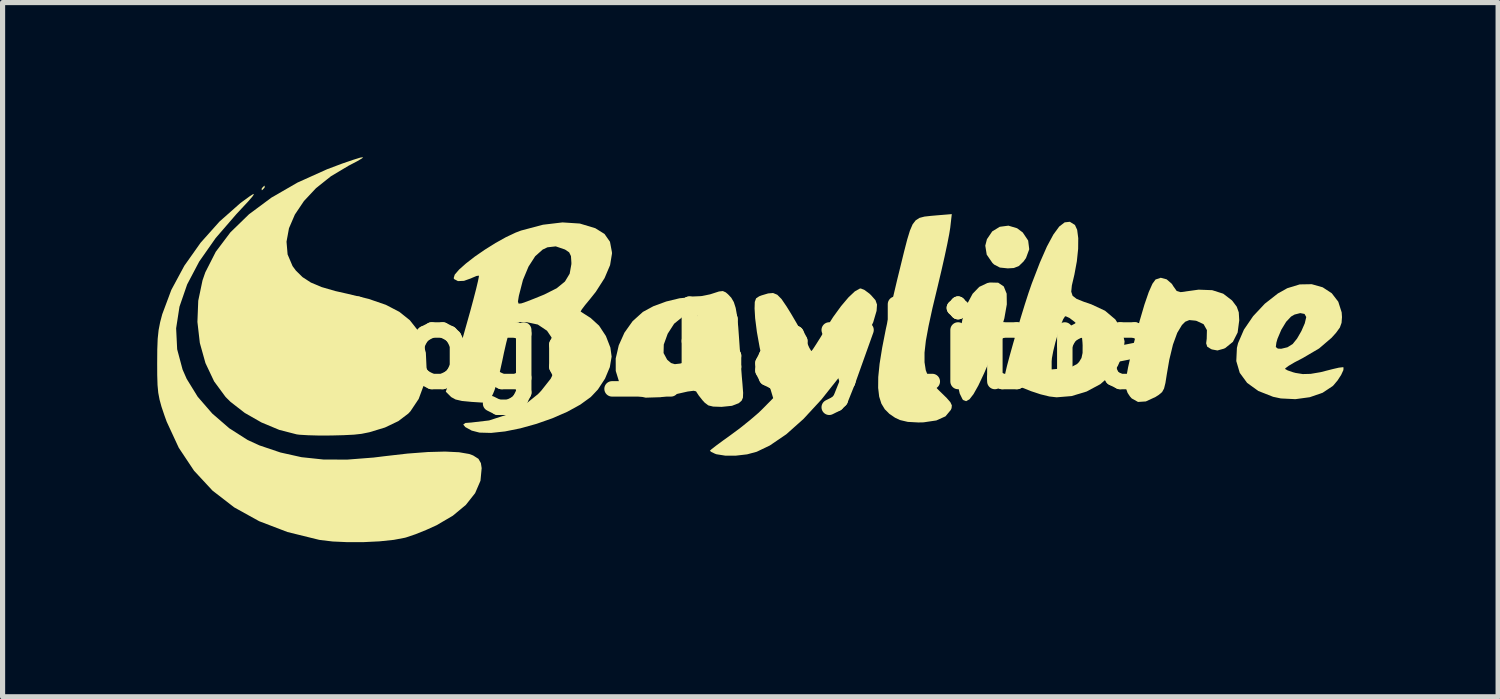
<source format=kicad_pcb>
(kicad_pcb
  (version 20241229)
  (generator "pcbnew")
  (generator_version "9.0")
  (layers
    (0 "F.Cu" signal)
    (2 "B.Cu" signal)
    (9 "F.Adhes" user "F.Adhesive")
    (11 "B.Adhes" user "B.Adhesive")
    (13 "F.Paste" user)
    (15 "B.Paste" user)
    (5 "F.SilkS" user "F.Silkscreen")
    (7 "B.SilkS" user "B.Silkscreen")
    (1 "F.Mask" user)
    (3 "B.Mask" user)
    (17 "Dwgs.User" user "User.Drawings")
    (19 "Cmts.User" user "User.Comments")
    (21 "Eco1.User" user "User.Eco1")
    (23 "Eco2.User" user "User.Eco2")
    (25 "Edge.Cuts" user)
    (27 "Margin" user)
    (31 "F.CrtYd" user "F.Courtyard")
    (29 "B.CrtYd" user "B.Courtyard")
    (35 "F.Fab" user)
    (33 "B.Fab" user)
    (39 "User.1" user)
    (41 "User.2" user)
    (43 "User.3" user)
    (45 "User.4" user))
  (footprint "Logo_BayLibre"
    (layer "F.Cu")
    (at 11.506 3.675)
    (property "Reference" "Logo_BayLibre" (at 0 0 0) (layer "F.SilkS") (effects (font (size 1.5 1.5) (thickness 0.3))))
    (attr board_only exclude_from_pos_files exclude_from_bom allow_missing_courtyard)
    (fp_poly (pts (xy -9.419 -3.093) (xy -9.427 -3.077) (xy -9.468 -3.036) (xy -9.476 -3.034) (xy -9.479 -3.062) (xy -9.471 -3.077) (xy -9.43 -3.119) (xy -9.422 -3.121)) (stroke (width 0) (type solid)) (fill yes) (layer "F.SilkS"))
    (fp_poly (pts (xy 5.181 -2.296) (xy 5.291 -2.214) (xy 5.396 -2.057) (xy 5.417 -1.888) (xy 5.354 -1.717) (xy 5.306 -1.65) (xy 5.216 -1.563) (xy 5.118 -1.524) (xy 5 -1.517) (xy 4.847 -1.533) (xy 4.736 -1.591) (xy 4.703 -1.622) (xy 4.592 -1.783) (xy 4.564 -1.958) (xy 4.596 -2.083) (xy 4.699 -2.235) (xy 4.845 -2.324) (xy 5.013 -2.346)) (stroke (width 0) (type solid)) (fill yes) (layer "F.SilkS"))
    (fp_poly (pts (xy 4.815 -1.239) (xy 4.923 -1.166) (xy 4.979 -1.026) (xy 4.982 -0.819) (xy 4.934 -0.547) (xy 4.834 -0.21) (xy 4.682 0.19) (xy 4.678 0.2) (xy 4.542 0.517) (xy 4.429 0.757) (xy 4.335 0.924) (xy 4.258 1.023) (xy 4.193 1.06) (xy 4.137 1.039) (xy 4.123 1.025) (xy 4.068 0.912) (xy 4.028 0.738) (xy 4.006 0.524) (xy 4.006 0.295) (xy 4.011 0.217) (xy 4.06 -0.209) (xy 4.126 -0.554) (xy 4.211 -0.824) (xy 4.318 -1.024) (xy 4.447 -1.158) (xy 4.603 -1.232) (xy 4.655 -1.243)) (stroke (width 0) (type solid)) (fill yes) (layer "F.SilkS"))
    (fp_poly (pts (xy 3.884 -2.306) (xy 3.864 -2.182) (xy 3.827 -1.992) (xy 3.776 -1.753) (xy 3.715 -1.483) (xy 3.648 -1.2) (xy 3.639 -1.162) (xy 3.538 -0.742) (xy 3.463 -0.396) (xy 3.411 -0.113) (xy 3.385 0.118) (xy 3.385 0.305) (xy 3.409 0.459) (xy 3.46 0.59) (xy 3.536 0.709) (xy 3.638 0.825) (xy 3.689 0.875) (xy 3.815 0.998) (xy 3.887 1.081) (xy 3.915 1.141) (xy 3.91 1.195) (xy 3.895 1.23) (xy 3.792 1.354) (xy 3.615 1.434) (xy 3.365 1.471) (xy 3.266 1.473) (xy 3.06 1.462) (xy 2.908 1.426) (xy 2.813 1.381) (xy 2.703 1.306) (xy 2.614 1.217) (xy 2.548 1.108) (xy 2.505 0.972) (xy 2.485 0.802) (xy 2.487 0.592) (xy 2.513 0.335) (xy 2.563 0.024) (xy 2.636 -0.348) (xy 2.734 -0.786) (xy 2.855 -1.299) (xy 2.912 -1.531) (xy 2.988 -1.841) (xy 3.049 -2.077) (xy 3.102 -2.251) (xy 3.154 -2.372) (xy 3.214 -2.45) (xy 3.288 -2.497) (xy 3.384 -2.522) (xy 3.51 -2.536) (xy 3.636 -2.547) (xy 3.914 -2.57)) (stroke (width 0) (type solid)) (fill yes) (layer "F.SilkS"))
    (fp_poly (pts (xy 8.084 -1.304) (xy 8.185 -1.216) (xy 8.214 -1.169) (xy 8.279 -1.078) (xy 8.354 -1.056) (xy 8.378 -1.059) (xy 8.703 -1.104) (xy 8.968 -1.094) (xy 9.181 -1.026) (xy 9.347 -0.899) (xy 9.361 -0.884) (xy 9.444 -0.773) (xy 9.483 -0.664) (xy 9.492 -0.512) (xy 9.492 -0.508) (xy 9.461 -0.272) (xy 9.369 -0.091) (xy 9.221 0.029) (xy 9.192 0.042) (xy 9.069 0.076) (xy 8.962 0.056) (xy 8.944 0.048) (xy 8.871 0.003) (xy 8.85 -0.063) (xy 8.861 -0.152) (xy 8.865 -0.319) (xy 8.801 -0.433) (xy 8.666 -0.497) (xy 8.639 -0.503) (xy 8.523 -0.514) (xy 8.443 -0.481) (xy 8.38 -0.417) (xy 8.289 -0.266) (xy 8.206 -0.038) (xy 8.135 0.256) (xy 8.087 0.535) (xy 8.06 0.706) (xy 8.033 0.815) (xy 7.995 0.884) (xy 7.932 0.937) (xy 7.866 0.979) (xy 7.68 1.065) (xy 7.528 1.075) (xy 7.406 1.007) (xy 7.372 0.969) (xy 7.326 0.9) (xy 7.298 0.821) (xy 7.29 0.721) (xy 7.302 0.586) (xy 7.335 0.404) (xy 7.39 0.161) (xy 7.452 -0.087) (xy 7.558 -0.493) (xy 7.653 -0.816) (xy 7.736 -1.057) (xy 7.808 -1.219) (xy 7.868 -1.301) (xy 7.969 -1.335)) (stroke (width 0) (type solid)) (fill yes) (layer "F.SilkS"))
    (fp_poly (pts (xy -7.53 -3.652) (xy -7.627 -3.595) (xy -7.799 -3.505) (xy -7.8 -3.504) (xy -8.136 -3.303) (xy -8.424 -3.073) (xy -8.658 -2.823) (xy -8.834 -2.561) (xy -8.948 -2.296) (xy -8.996 -2.035) (xy -8.975 -1.788) (xy -8.879 -1.562) (xy -8.815 -1.475) (xy -8.685 -1.347) (xy -8.523 -1.242) (xy -8.314 -1.154) (xy -8.044 -1.076) (xy -7.809 -1.023) (xy -7.4 -0.924) (xy -7.069 -0.81) (xy -6.807 -0.674) (xy -6.604 -0.512) (xy -6.452 -0.319) (xy -6.371 -0.162) (xy -6.292 0.12) (xy -6.278 0.426) (xy -6.326 0.732) (xy -6.431 1.016) (xy -6.591 1.256) (xy -6.632 1.3) (xy -6.826 1.447) (xy -7.085 1.571) (xy -7.388 1.663) (xy -7.542 1.694) (xy -7.688 1.71) (xy -7.892 1.72) (xy -8.126 1.726) (xy -8.364 1.727) (xy -8.58 1.721) (xy -8.747 1.711) (xy -8.799 1.704) (xy -9.137 1.617) (xy -9.482 1.473) (xy -9.806 1.288) (xy -10.082 1.074) (xy -10.178 0.979) (xy -10.401 0.676) (xy -10.569 0.321) (xy -10.678 -0.069) (xy -10.725 -0.478) (xy -10.709 -0.889) (xy -10.626 -1.285) (xy -10.572 -1.44) (xy -10.369 -1.839) (xy -10.085 -2.216) (xy -9.724 -2.567) (xy -9.289 -2.89) (xy -8.783 -3.182) (xy -8.21 -3.44) (xy -7.918 -3.55) (xy -7.702 -3.624) (xy -7.567 -3.666) (xy -7.51 -3.675)) (stroke (width 0) (type solid)) (fill yes) (layer "F.SilkS"))
    (fp_poly (pts (xy 2.22 -1.098) (xy 2.317 -1.026) (xy 2.349 -0.995) (xy 2.433 -0.9) (xy 2.463 -0.815) (xy 2.455 -0.697) (xy 2.452 -0.684) (xy 2.389 -0.47) (xy 2.261 -0.203) (xy 2.068 0.116) (xy 1.812 0.484) (xy 1.751 0.566) (xy 1.385 1.027) (xy 1.036 1.405) (xy 0.703 1.702) (xy 0.383 1.92) (xy 0.128 2.042) (xy -0.058 2.092) (xy -0.274 2.117) (xy -0.483 2.117) (xy -0.653 2.09) (xy -0.683 2.079) (xy -0.757 2.043) (xy -0.78 2.021) (xy -0.747 1.991) (xy -0.657 1.921) (xy -0.524 1.823) (xy -0.379 1.719) (xy -0.189 1.578) (xy -0.001 1.427) (xy 0.16 1.289) (xy 0.235 1.217) (xy 0.448 1.001) (xy 0.334 0.62) (xy 0.255 0.327) (xy 0.186 0.018) (xy 0.132 -0.283) (xy 0.098 -0.549) (xy 0.087 -0.738) (xy 0.091 -0.866) (xy 0.116 -0.935) (xy 0.176 -0.975) (xy 0.223 -0.993) (xy 0.35 -1.031) (xy 0.446 -1.039) (xy 0.528 -1.005) (xy 0.61 -0.922) (xy 0.708 -0.778) (xy 0.794 -0.639) (xy 0.902 -0.455) (xy 1 -0.28) (xy 1.074 -0.139) (xy 1.104 -0.076) (xy 1.15 0.026) (xy 1.184 0.082) (xy 1.191 0.087) (xy 1.219 0.052) (xy 1.281 -0.043) (xy 1.369 -0.183) (xy 1.461 -0.336) (xy 1.613 -0.575) (xy 1.766 -0.785) (xy 1.909 -0.954) (xy 2.033 -1.071) (xy 2.129 -1.125) (xy 2.148 -1.127)) (stroke (width 0) (type solid)) (fill yes) (layer "F.SilkS"))
    (fp_poly (pts (xy 11.111 -1.15) (xy 11.287 -1.035) (xy 11.414 -0.87) (xy 11.48 -0.663) (xy 11.486 -0.572) (xy 11.478 -0.461) (xy 11.445 -0.369) (xy 11.372 -0.268) (xy 11.284 -0.17) (xy 11.042 0.037) (xy 10.722 0.225) (xy 10.568 0.305) (xy 10.451 0.374) (xy 10.388 0.421) (xy 10.382 0.435) (xy 10.432 0.463) (xy 10.537 0.499) (xy 10.586 0.512) (xy 10.725 0.534) (xy 10.878 0.53) (xy 11.067 0.498) (xy 11.307 0.437) (xy 11.424 0.41) (xy 11.501 0.401) (xy 11.516 0.405) (xy 11.513 0.457) (xy 11.47 0.55) (xy 11.401 0.657) (xy 11.32 0.753) (xy 11.306 0.767) (xy 11.11 0.897) (xy 10.861 0.983) (xy 10.582 1.021) (xy 10.299 1.007) (xy 10.149 0.975) (xy 9.862 0.862) (xy 9.645 0.705) (xy 9.502 0.51) (xy 9.435 0.282) (xy 9.447 0.025) (xy 9.451 0.009) (xy 10.202 0.009) (xy 10.241 0.04) (xy 10.307 0.043) (xy 10.428 0.014) (xy 10.53 -0.05) (xy 10.615 -0.156) (xy 10.699 -0.302) (xy 10.764 -0.451) (xy 10.792 -0.57) (xy 10.792 -0.574) (xy 10.759 -0.633) (xy 10.676 -0.649) (xy 10.566 -0.621) (xy 10.498 -0.582) (xy 10.403 -0.481) (xy 10.309 -0.327) (xy 10.234 -0.15) (xy 10.213 -0.076) (xy 10.202 0.009) (xy 9.451 0.009) (xy 9.469 -0.065) (xy 9.583 -0.328) (xy 9.762 -0.59) (xy 9.988 -0.831) (xy 10.242 -1.03) (xy 10.424 -1.132) (xy 10.666 -1.206) (xy 10.899 -1.21)) (stroke (width 0) (type solid)) (fill yes) (layer "F.SilkS"))
    (fp_poly (pts (xy 6.3 -2.362) (xy 6.304 -2.359) (xy 6.347 -2.265) (xy 6.368 -2.104) (xy 6.366 -1.895) (xy 6.341 -1.655) (xy 6.294 -1.4) (xy 6.286 -1.365) (xy 6.244 -1.186) (xy 6.232 -1.065) (xy 6.259 -0.984) (xy 6.338 -0.924) (xy 6.479 -0.868) (xy 6.62 -0.82) (xy 6.888 -0.695) (xy 7.088 -0.526) (xy 7.215 -0.325) (xy 7.267 -0.1) (xy 7.241 0.138) (xy 7.134 0.38) (xy 7.015 0.54) (xy 6.797 0.73) (xy 6.53 0.873) (xy 6.239 0.961) (xy 5.948 0.985) (xy 5.808 0.969) (xy 5.637 0.927) (xy 5.452 0.866) (xy 5.272 0.794) (xy 5.114 0.719) (xy 4.999 0.65) (xy 4.944 0.595) (xy 4.941 0.585) (xy 4.954 0.509) (xy 4.969 0.444) (xy 5.852 0.444) (xy 6.076 0.423) (xy 6.239 0.394) (xy 6.344 0.34) (xy 6.384 0.299) (xy 6.431 0.222) (xy 6.452 0.124) (xy 6.453 -0.022) (xy 6.45 -0.081) (xy 6.435 -0.24) (xy 6.407 -0.344) (xy 6.355 -0.422) (xy 6.291 -0.484) (xy 6.197 -0.555) (xy 6.127 -0.587) (xy 6.111 -0.585) (xy 6.075 -0.529) (xy 6.027 -0.411) (xy 5.975 -0.253) (xy 5.924 -0.08) (xy 5.883 0.088) (xy 5.857 0.226) (xy 5.852 0.289) (xy 5.852 0.444) (xy 4.969 0.444) (xy 4.988 0.365) (xy 5.04 0.17) (xy 5.105 -0.062) (xy 5.178 -0.313) (xy 5.255 -0.57) (xy 5.331 -0.817) (xy 5.402 -1.037) (xy 5.464 -1.216) (xy 5.471 -1.235) (xy 5.623 -1.629) (xy 5.76 -1.941) (xy 5.885 -2.173) (xy 5.999 -2.329) (xy 6.105 -2.41) (xy 6.205 -2.421)) (stroke (width 0) (type solid)) (fill yes) (layer "F.SilkS"))
    (fp_poly (pts (xy -9.656 -2.913) (xy -9.736 -2.82) (xy -9.873 -2.673) (xy -9.969 -2.57) (xy -10.371 -2.105) (xy -10.69 -1.65) (xy -10.924 -1.206) (xy -11.073 -0.774) (xy -11.138 -0.354) (xy -11.118 0.053) (xy -11.013 0.446) (xy -10.933 0.628) (xy -10.719 0.975) (xy -10.437 1.3) (xy -10.108 1.585) (xy -9.751 1.813) (xy -9.522 1.918) (xy -9.113 2.056) (xy -8.705 2.147) (xy -8.28 2.192) (xy -7.819 2.194) (xy -7.306 2.154) (xy -7.095 2.128) (xy -6.65 2.077) (xy -6.255 2.047) (xy -5.919 2.038) (xy -5.648 2.051) (xy -5.45 2.085) (xy -5.375 2.113) (xy -5.271 2.179) (xy -5.224 2.262) (xy -5.209 2.359) (xy -5.232 2.604) (xy -5.336 2.845) (xy -5.516 3.073) (xy -5.769 3.283) (xy -6.088 3.47) (xy -6.089 3.47) (xy -6.286 3.559) (xy -6.492 3.642) (xy -6.669 3.702) (xy -6.697 3.71) (xy -6.913 3.751) (xy -7.189 3.78) (xy -7.496 3.795) (xy -7.809 3.796) (xy -8.1 3.783) (xy -8.343 3.754) (xy -8.366 3.75) (xy -8.978 3.599) (xy -9.527 3.389) (xy -10.011 3.121) (xy -10.433 2.795) (xy -10.791 2.409) (xy -11.087 1.964) (xy -11.321 1.459) (xy -11.365 1.337) (xy -11.422 1.168) (xy -11.46 1.029) (xy -11.485 0.897) (xy -11.499 0.747) (xy -11.505 0.557) (xy -11.506 0.325) (xy -11.504 0.056) (xy -11.496 -0.151) (xy -11.478 -0.32) (xy -11.448 -0.474) (xy -11.408 -0.626) (xy -11.231 -1.1) (xy -10.979 -1.568) (xy -10.663 -2.015) (xy -10.296 -2.426) (xy -9.889 -2.786) (xy -9.709 -2.917) (xy -9.646 -2.957) (xy -9.627 -2.957)) (stroke (width 0) (type solid)) (fill yes) (layer "F.SilkS"))
    (fp_poly (pts (xy -0.473 -1.052) (xy -0.43 -1.016) (xy -0.365 -0.947) (xy -0.316 -0.863) (xy -0.28 -0.751) (xy -0.252 -0.595) (xy -0.23 -0.38) (xy -0.212 -0.13) (xy -0.195 0.118) (xy -0.177 0.364) (xy -0.161 0.58) (xy -0.147 0.738) (xy -0.147 0.742) (xy -0.135 0.898) (xy -0.139 0.993) (xy -0.164 1.05) (xy -0.215 1.095) (xy -0.222 1.1) (xy -0.352 1.15) (xy -0.548 1.17) (xy -0.569 1.17) (xy -0.717 1.165) (xy -0.811 1.142) (xy -0.882 1.088) (xy -0.924 1.042) (xy -0.998 0.948) (xy -1.043 0.879) (xy -1.047 0.87) (xy -1.095 0.858) (xy -1.212 0.873) (xy -1.384 0.912) (xy -1.735 0.983) (xy -2.026 0.992) (xy -2.259 0.941) (xy -2.435 0.828) (xy -2.542 0.685) (xy -2.607 0.473) (xy -2.608 0.231) (xy -2.583 0.126) (xy -1.679 0.126) (xy -1.61 0.254) (xy -1.604 0.26) (xy -1.533 0.32) (xy -1.461 0.342) (xy -1.357 0.33) (xy -1.246 0.301) (xy -1.14 0.264) (xy -1.094 0.212) (xy -1.084 0.112) (xy -1.084 0.091) (xy -1.079 -0.046) (xy -1.067 -0.221) (xy -1.056 -0.34) (xy -1.028 -0.607) (xy -1.158 -0.607) (xy -1.324 -0.565) (xy -1.474 -0.443) (xy -1.6 -0.247) (xy -1.6 -0.246) (xy -1.675 -0.039) (xy -1.679 0.126) (xy -2.583 0.126) (xy -2.549 -0.023) (xy -2.438 -0.27) (xy -2.28 -0.492) (xy -2.083 -0.67) (xy -2.081 -0.672) (xy -1.878 -0.782) (xy -1.628 -0.874) (xy -1.368 -0.937) (xy -1.149 -0.958) (xy -0.967 -0.974) (xy -0.777 -1.013) (xy -0.727 -1.029) (xy -0.603 -1.069) (xy -0.529 -1.077)) (stroke (width 0) (type solid)) (fill yes) (layer "F.SilkS"))
    (fp_poly (pts (xy -3.304 -2.387) (xy -3.005 -2.297) (xy -2.825 -2.185) (xy -2.719 -2.033) (xy -2.681 -1.831) (xy -2.68 -1.804) (xy -2.717 -1.58) (xy -2.824 -1.328) (xy -2.994 -1.062) (xy -3.107 -0.92) (xy -3.202 -0.805) (xy -3.267 -0.719) (xy -3.289 -0.679) (xy -3.288 -0.679) (xy -3.246 -0.651) (xy -3.155 -0.593) (xy -3.094 -0.554) (xy -2.931 -0.406) (xy -2.798 -0.204) (xy -2.711 0.02) (xy -2.687 0.195) (xy -2.722 0.4) (xy -2.815 0.622) (xy -2.953 0.833) (xy -3.092 0.98) (xy -3.295 1.127) (xy -3.548 1.266) (xy -3.837 1.392) (xy -4.145 1.5) (xy -4.457 1.587) (xy -4.755 1.647) (xy -5.025 1.676) (xy -5.251 1.67) (xy -5.402 1.631) (xy -5.526 1.563) (xy -5.567 1.514) (xy -5.524 1.483) (xy -5.408 1.474) (xy -5.065 1.434) (xy -4.719 1.322) (xy -4.394 1.147) (xy -4.114 0.921) (xy -4.054 0.858) (xy -3.87 0.625) (xy -3.764 0.411) (xy -3.731 0.203) (xy -3.77 -0.01) (xy -3.813 -0.118) (xy -3.941 -0.307) (xy -4.12 -0.427) (xy -4.348 -0.476) (xy -4.391 -0.477) (xy -4.519 -0.472) (xy -4.591 -0.446) (xy -4.636 -0.384) (xy -4.657 -0.336) (xy -4.69 -0.235) (xy -4.732 -0.074) (xy -4.777 0.123) (xy -4.809 0.277) (xy -4.856 0.489) (xy -4.909 0.689) (xy -4.96 0.848) (xy -4.99 0.921) (xy -5.079 1.095) (xy -5.403 1.074) (xy -5.592 1.056) (xy -5.716 1.027) (xy -5.798 0.982) (xy -5.817 0.964) (xy -5.905 0.876) (xy -5.771 0.47) (xy -5.712 0.284) (xy -5.644 0.061) (xy -5.572 -0.184) (xy -5.5 -0.439) (xy -5.43 -0.688) (xy -5.38 -0.874) (xy -4.505 -0.874) (xy -4.493 -0.833) (xy -4.441 -0.837) (xy -4.416 -0.845) (xy -4.327 -0.876) (xy -4.187 -0.931) (xy -4.022 -0.998) (xy -3.989 -1.012) (xy -3.753 -1.131) (xy -3.593 -1.262) (xy -3.501 -1.414) (xy -3.468 -1.6) (xy -3.468 -1.631) (xy -3.476 -1.755) (xy -3.511 -1.828) (xy -3.592 -1.883) (xy -3.595 -1.884) (xy -3.771 -1.944) (xy -3.932 -1.926) (xy -4.025 -1.882) (xy -4.17 -1.753) (xy -4.3 -1.551) (xy -4.408 -1.292) (xy -4.486 -0.989) (xy -4.488 -0.98) (xy -4.505 -0.874) (xy -5.38 -0.874) (xy -5.368 -0.919) (xy -5.317 -1.116) (xy -5.281 -1.267) (xy -5.263 -1.357) (xy -5.263 -1.376) (xy -5.308 -1.37) (xy -5.398 -1.332) (xy -5.417 -1.323) (xy -5.552 -1.275) (xy -5.669 -1.27) (xy -5.743 -1.309) (xy -5.752 -1.328) (xy -5.732 -1.395) (xy -5.648 -1.493) (xy -5.514 -1.612) (xy -5.343 -1.745) (xy -5.147 -1.88) (xy -4.941 -2.009) (xy -4.737 -2.123) (xy -4.548 -2.212) (xy -4.445 -2.251) (xy -4.019 -2.364) (xy -3.641 -2.409)) (stroke (width 0) (type solid)) (fill yes) (layer "F.SilkS")))
  (gr_rect
    (start -3 -3)
    (end 26.022 10.471)
    (stroke (width 0.1) (type default))
    (fill no)
    (layer "Edge.Cuts")))
</source>
